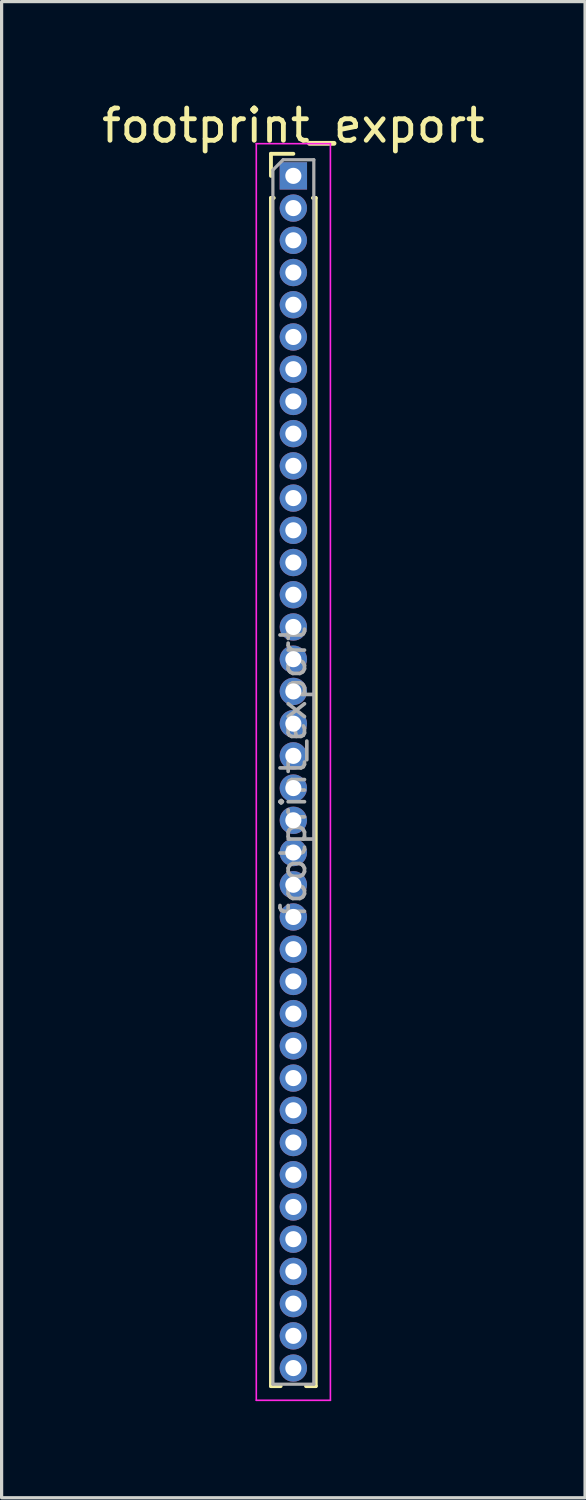
<source format=kicad_pcb>
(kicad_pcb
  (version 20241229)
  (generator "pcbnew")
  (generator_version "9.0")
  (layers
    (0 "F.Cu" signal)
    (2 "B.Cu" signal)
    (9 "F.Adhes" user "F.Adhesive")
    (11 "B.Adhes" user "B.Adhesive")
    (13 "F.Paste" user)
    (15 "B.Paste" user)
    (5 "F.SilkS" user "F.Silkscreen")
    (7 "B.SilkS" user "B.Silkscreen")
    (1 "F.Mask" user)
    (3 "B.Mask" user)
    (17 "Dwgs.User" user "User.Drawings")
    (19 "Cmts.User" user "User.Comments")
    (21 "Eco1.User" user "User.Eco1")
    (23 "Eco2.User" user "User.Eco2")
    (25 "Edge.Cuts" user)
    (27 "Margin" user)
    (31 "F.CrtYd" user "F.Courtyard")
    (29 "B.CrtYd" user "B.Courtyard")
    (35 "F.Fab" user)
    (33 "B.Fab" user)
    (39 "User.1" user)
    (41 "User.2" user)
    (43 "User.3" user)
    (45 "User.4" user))
  (footprint "footprint_export"
    (layer "F.Cu")
    (at 6.054 2.408)
    (property "Reference" "footprint_export" (at 0 -1.56 0) (layer "F.SilkS") (effects (font (size 1 1) (thickness 0.15))))
    (attr through_hole)
    (fp_line (start -0.695 -0.685) (end 0 -0.685) (stroke (width 0.12) (type solid)) (layer "F.SilkS"))
    (fp_line (start -0.695 0) (end -0.695 -0.685) (stroke (width 0.12) (type solid)) (layer "F.SilkS"))
    (fp_line (start -0.695 0.685) (end -0.695 37.56) (stroke (width 0.12) (type solid)) (layer "F.SilkS"))
    (fp_line (start -0.695 0.685) (end -0.608 0.685) (stroke (width 0.12) (type solid)) (layer "F.SilkS"))
    (fp_line (start -0.695 37.56) (end -0.394 37.56) (stroke (width 0.12) (type solid)) (layer "F.SilkS"))
    (fp_line (start 0.394 37.56) (end 0.695 37.56) (stroke (width 0.12) (type solid)) (layer "F.SilkS"))
    (fp_line (start 0.608 0.685) (end 0.695 0.685) (stroke (width 0.12) (type solid)) (layer "F.SilkS"))
    (fp_line (start 0.695 0.685) (end 0.695 37.56) (stroke (width 0.12) (type solid)) (layer "F.SilkS"))
    (fp_line (start -1.15 -1) (end -1.15 38) (stroke (width 0.05) (type solid)) (layer "F.CrtYd"))
    (fp_line (start -1.15 38) (end 1.15 38) (stroke (width 0.05) (type solid)) (layer "F.CrtYd"))
    (fp_line (start 1.15 -1) (end -1.15 -1) (stroke (width 0.05) (type solid)) (layer "F.CrtYd"))
    (fp_line (start 1.15 38) (end 1.15 -1) (stroke (width 0.05) (type solid)) (layer "F.CrtYd"))
    (fp_line (start -0.635 -0.182) (end -0.318 -0.5) (stroke (width 0.1) (type solid)) (layer "F.Fab"))
    (fp_line (start -0.635 37.5) (end -0.635 -0.182) (stroke (width 0.1) (type solid)) (layer "F.Fab"))
    (fp_line (start -0.318 -0.5) (end 0.635 -0.5) (stroke (width 0.1) (type solid)) (layer "F.Fab"))
    (fp_line (start 0.635 -0.5) (end 0.635 37.5) (stroke (width 0.1) (type solid)) (layer "F.Fab"))
    (fp_line (start 0.635 37.5) (end -0.635 37.5) (stroke (width 0.1) (type solid)) (layer "F.Fab"))
    (fp_text user "${REFERENCE}" (at 0 18.5 90) (layer "F.Fab") (effects (font (size 0.76 0.76) (thickness 0.114))))
    (pad "1" thru_hole rect (at 0 0) (size 0.85 0.85) (drill 0.5) (layers "*.Cu" "*.Mask"))
    (pad "2" thru_hole oval (at 0 1) (size 0.85 0.85) (drill 0.5) (layers "*.Cu" "*.Mask"))
    (pad "3" thru_hole oval (at 0 2) (size 0.85 0.85) (drill 0.5) (layers "*.Cu" "*.Mask"))
    (pad "4" thru_hole oval (at 0 3) (size 0.85 0.85) (drill 0.5) (layers "*.Cu" "*.Mask"))
    (pad "5" thru_hole oval (at 0 4) (size 0.85 0.85) (drill 0.5) (layers "*.Cu" "*.Mask"))
    (pad "6" thru_hole oval (at 0 5) (size 0.85 0.85) (drill 0.5) (layers "*.Cu" "*.Mask"))
    (pad "7" thru_hole oval (at 0 6) (size 0.85 0.85) (drill 0.5) (layers "*.Cu" "*.Mask"))
    (pad "8" thru_hole oval (at 0 7) (size 0.85 0.85) (drill 0.5) (layers "*.Cu" "*.Mask"))
    (pad "9" thru_hole oval (at 0 8) (size 0.85 0.85) (drill 0.5) (layers "*.Cu" "*.Mask"))
    (pad "10" thru_hole oval (at 0 9) (size 0.85 0.85) (drill 0.5) (layers "*.Cu" "*.Mask"))
    (pad "11" thru_hole oval (at 0 10) (size 0.85 0.85) (drill 0.5) (layers "*.Cu" "*.Mask"))
    (pad "12" thru_hole oval (at 0 11) (size 0.85 0.85) (drill 0.5) (layers "*.Cu" "*.Mask"))
    (pad "13" thru_hole oval (at 0 12) (size 0.85 0.85) (drill 0.5) (layers "*.Cu" "*.Mask"))
    (pad "14" thru_hole oval (at 0 13) (size 0.85 0.85) (drill 0.5) (layers "*.Cu" "*.Mask"))
    (pad "15" thru_hole oval (at 0 14) (size 0.85 0.85) (drill 0.5) (layers "*.Cu" "*.Mask"))
    (pad "16" thru_hole oval (at 0 15) (size 0.85 0.85) (drill 0.5) (layers "*.Cu" "*.Mask"))
    (pad "17" thru_hole oval (at 0 16) (size 0.85 0.85) (drill 0.5) (layers "*.Cu" "*.Mask"))
    (pad "18" thru_hole oval (at 0 17) (size 0.85 0.85) (drill 0.5) (layers "*.Cu" "*.Mask"))
    (pad "19" thru_hole oval (at 0 18) (size 0.85 0.85) (drill 0.5) (layers "*.Cu" "*.Mask"))
    (pad "20" thru_hole oval (at 0 19) (size 0.85 0.85) (drill 0.5) (layers "*.Cu" "*.Mask"))
    (pad "21" thru_hole oval (at 0 20) (size 0.85 0.85) (drill 0.5) (layers "*.Cu" "*.Mask"))
    (pad "22" thru_hole oval (at 0 21) (size 0.85 0.85) (drill 0.5) (layers "*.Cu" "*.Mask"))
    (pad "23" thru_hole oval (at 0 22) (size 0.85 0.85) (drill 0.5) (layers "*.Cu" "*.Mask"))
    (pad "24" thru_hole oval (at 0 23) (size 0.85 0.85) (drill 0.5) (layers "*.Cu" "*.Mask"))
    (pad "25" thru_hole oval (at 0 24) (size 0.85 0.85) (drill 0.5) (layers "*.Cu" "*.Mask"))
    (pad "26" thru_hole oval (at 0 25) (size 0.85 0.85) (drill 0.5) (layers "*.Cu" "*.Mask"))
    (pad "27" thru_hole oval (at 0 26) (size 0.85 0.85) (drill 0.5) (layers "*.Cu" "*.Mask"))
    (pad "28" thru_hole oval (at 0 27) (size 0.85 0.85) (drill 0.5) (layers "*.Cu" "*.Mask"))
    (pad "29" thru_hole oval (at 0 28) (size 0.85 0.85) (drill 0.5) (layers "*.Cu" "*.Mask"))
    (pad "30" thru_hole oval (at 0 29) (size 0.85 0.85) (drill 0.5) (layers "*.Cu" "*.Mask"))
    (pad "31" thru_hole oval (at 0 30) (size 0.85 0.85) (drill 0.5) (layers "*.Cu" "*.Mask"))
    (pad "32" thru_hole oval (at 0 31) (size 0.85 0.85) (drill 0.5) (layers "*.Cu" "*.Mask"))
    (pad "33" thru_hole oval (at 0 32) (size 0.85 0.85) (drill 0.5) (layers "*.Cu" "*.Mask"))
    (pad "34" thru_hole oval (at 0 33) (size 0.85 0.85) (drill 0.5) (layers "*.Cu" "*.Mask"))
    (pad "35" thru_hole oval (at 0 34) (size 0.85 0.85) (drill 0.5) (layers "*.Cu" "*.Mask"))
    (pad "36" thru_hole oval (at 0 35) (size 0.85 0.85) (drill 0.5) (layers "*.Cu" "*.Mask"))
    (pad "37" thru_hole oval (at 0 36) (size 0.85 0.85) (drill 0.5) (layers "*.Cu" "*.Mask"))
    (pad "38" thru_hole oval (at 0 37) (size 0.85 0.85) (drill 0.5) (layers "*.Cu" "*.Mask")))
  (gr_rect
    (start -3 -3)
    (end 15.107 43.433)
    (stroke (width 0.1) (type default))
    (fill no)
    (layer "Edge.Cuts")))
</source>
